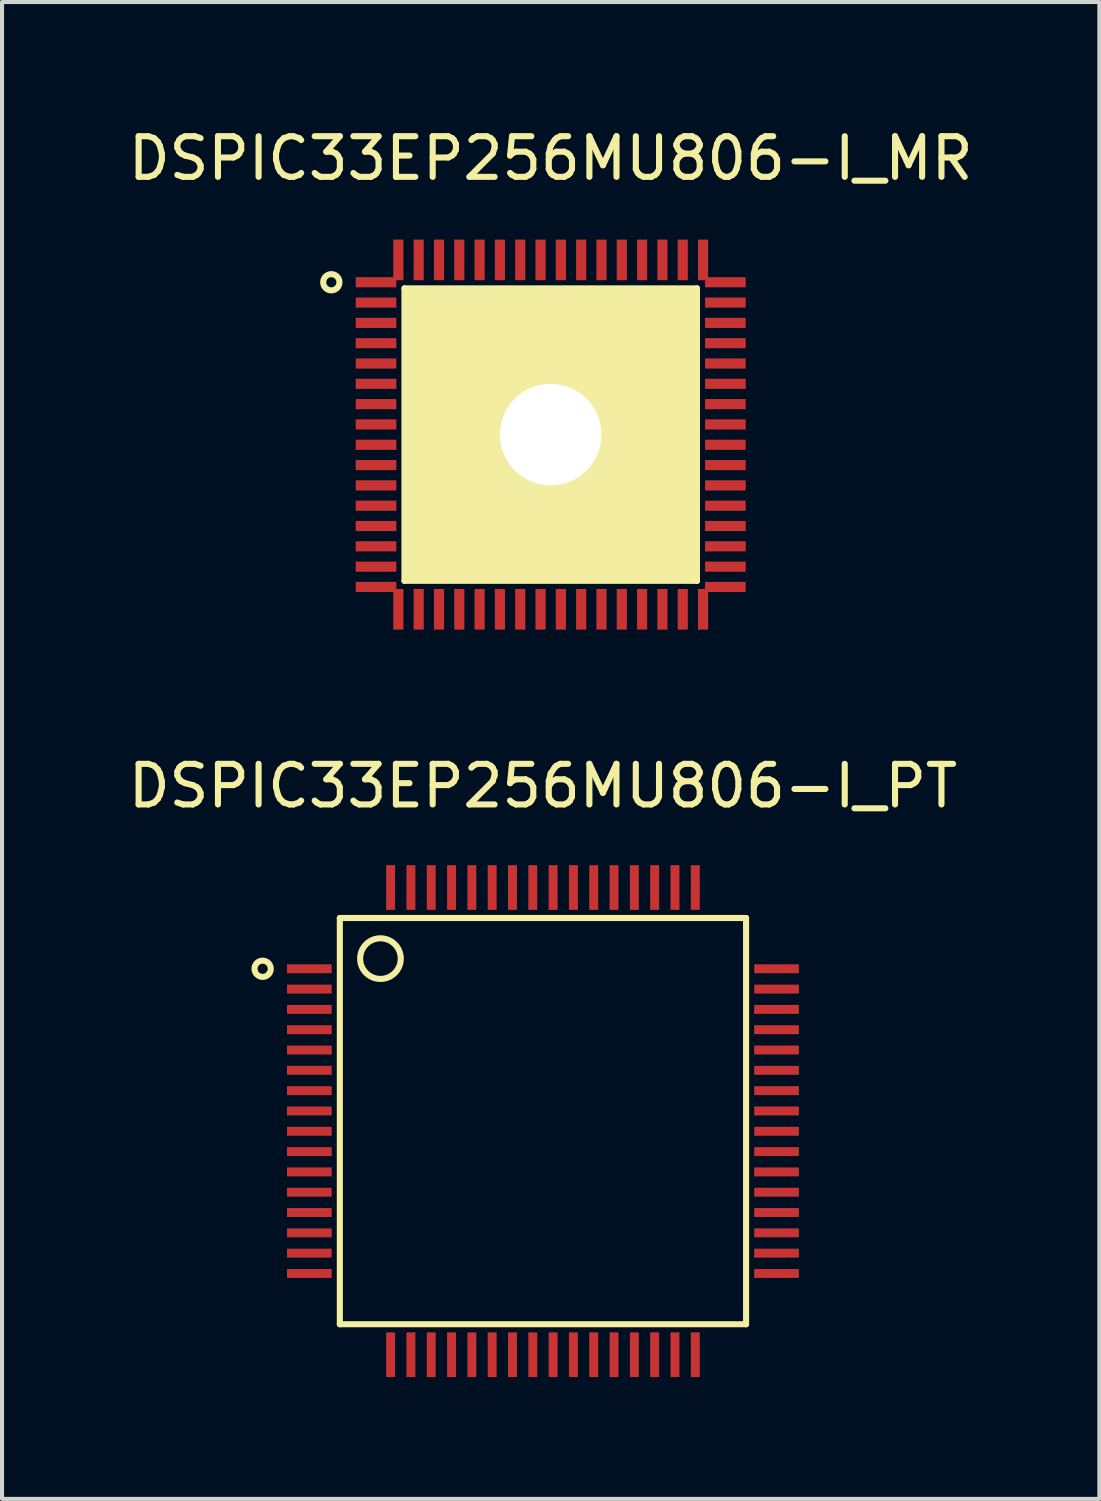
<source format=kicad_pcb>
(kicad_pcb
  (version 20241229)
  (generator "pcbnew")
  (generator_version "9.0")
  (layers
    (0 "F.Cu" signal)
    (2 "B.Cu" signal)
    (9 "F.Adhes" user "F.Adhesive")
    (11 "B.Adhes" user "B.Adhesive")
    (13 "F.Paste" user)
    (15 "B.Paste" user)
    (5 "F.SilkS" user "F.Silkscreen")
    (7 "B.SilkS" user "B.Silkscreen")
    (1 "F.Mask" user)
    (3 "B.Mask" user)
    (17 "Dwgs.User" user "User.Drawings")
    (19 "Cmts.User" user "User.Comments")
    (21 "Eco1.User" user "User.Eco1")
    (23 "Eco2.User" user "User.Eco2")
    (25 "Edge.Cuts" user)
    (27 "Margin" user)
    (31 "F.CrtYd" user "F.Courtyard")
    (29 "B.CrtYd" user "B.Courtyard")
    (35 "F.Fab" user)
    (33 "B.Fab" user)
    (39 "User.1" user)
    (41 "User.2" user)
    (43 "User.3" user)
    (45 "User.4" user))
  (footprint "DSPIC33EP256MU806-I_PT"
    (layer "F.Cu")
    (at 4.565 18.797)
    (property "Reference" "DSPIC33EP256MU806-I_PT" (at 5.75 -2.5 0) (layer "F.SilkS") (effects (font (size 1 1) (thickness 0.15))))
    (attr through_hole)
    (fp_line (start 0.75 0.75) (end 0.75 10.75) (stroke (width 0.15) (type solid)) (layer "F.SilkS"))
    (fp_line (start 0.75 0.75) (end 10.75 0.75) (stroke (width 0.15) (type solid)) (layer "F.SilkS"))
    (fp_line (start 0.75 10.75) (end 10.75 10.75) (stroke (width 0.15) (type solid)) (layer "F.SilkS"))
    (fp_line (start 10.75 10.75) (end 10.75 0.75) (stroke (width 0.15) (type solid)) (layer "F.SilkS"))
    (fp_circle (center -1.15 2) (end -1.15 1.8) (stroke (width 0.15) (type solid)) (fill no) (layer "F.SilkS"))
    (fp_circle (center 1.75 1.75) (end 1.75 1.25) (stroke (width 0.15) (type solid)) (fill no) (layer "F.SilkS"))
    (pad "1" smd rect (at 0 2) (size 1.1 0.22) (layers "F.Cu" "F.Mask" "F.Paste"))
    (pad "2" smd rect (at 0 2.5) (size 1.1 0.22) (layers "F.Cu" "F.Mask" "F.Paste"))
    (pad "3" smd rect (at 0 3) (size 1.1 0.22) (layers "F.Cu" "F.Mask" "F.Paste"))
    (pad "4" smd rect (at 0 3.5) (size 1.1 0.22) (layers "F.Cu" "F.Mask" "F.Paste"))
    (pad "5" smd rect (at 0 4) (size 1.1 0.22) (layers "F.Cu" "F.Mask" "F.Paste"))
    (pad "6" smd rect (at 0 4.5) (size 1.1 0.22) (layers "F.Cu" "F.Mask" "F.Paste"))
    (pad "7" smd rect (at 0 5) (size 1.1 0.22) (layers "F.Cu" "F.Mask" "F.Paste"))
    (pad "8" smd rect (at 0 5.5) (size 1.1 0.22) (layers "F.Cu" "F.Mask" "F.Paste"))
    (pad "9" smd rect (at 0 6) (size 1.1 0.22) (layers "F.Cu" "F.Mask" "F.Paste"))
    (pad "10" smd rect (at 0 6.5) (size 1.1 0.22) (layers "F.Cu" "F.Mask" "F.Paste"))
    (pad "11" smd rect (at 0 7) (size 1.1 0.22) (layers "F.Cu" "F.Mask" "F.Paste"))
    (pad "12" smd rect (at 0 7.5) (size 1.1 0.22) (layers "F.Cu" "F.Mask" "F.Paste"))
    (pad "13" smd rect (at 0 8) (size 1.1 0.22) (layers "F.Cu" "F.Mask" "F.Paste"))
    (pad "14" smd rect (at 0 8.5) (size 1.1 0.22) (layers "F.Cu" "F.Mask" "F.Paste"))
    (pad "15" smd rect (at 0 9) (size 1.1 0.22) (layers "F.Cu" "F.Mask" "F.Paste"))
    (pad "16" smd rect (at 0 9.5) (size 1.1 0.22) (layers "F.Cu" "F.Mask" "F.Paste"))
    (pad "17" smd rect (at 2 11.5) (size 0.22 1.1) (layers "F.Cu" "F.Mask" "F.Paste"))
    (pad "18" smd rect (at 2.5 11.5) (size 0.22 1.1) (layers "F.Cu" "F.Mask" "F.Paste"))
    (pad "19" smd rect (at 3 11.5) (size 0.22 1.1) (layers "F.Cu" "F.Mask" "F.Paste"))
    (pad "20" smd rect (at 3.5 11.5) (size 0.22 1.1) (layers "F.Cu" "F.Mask" "F.Paste"))
    (pad "21" smd rect (at 4 11.5) (size 0.22 1.1) (layers "F.Cu" "F.Mask" "F.Paste"))
    (pad "22" smd rect (at 4.5 11.5) (size 0.22 1.1) (layers "F.Cu" "F.Mask" "F.Paste"))
    (pad "23" smd rect (at 5 11.5) (size 0.22 1.1) (layers "F.Cu" "F.Mask" "F.Paste"))
    (pad "24" smd rect (at 5.5 11.5) (size 0.22 1.1) (layers "F.Cu" "F.Mask" "F.Paste"))
    (pad "25" smd rect (at 6 11.5) (size 0.22 1.1) (layers "F.Cu" "F.Mask" "F.Paste"))
    (pad "26" smd rect (at 6.5 11.5) (size 0.22 1.1) (layers "F.Cu" "F.Mask" "F.Paste"))
    (pad "27" smd rect (at 7 11.5) (size 0.22 1.1) (layers "F.Cu" "F.Mask" "F.Paste"))
    (pad "28" smd rect (at 7.5 11.5) (size 0.22 1.1) (layers "F.Cu" "F.Mask" "F.Paste"))
    (pad "29" smd rect (at 8 11.5) (size 0.22 1.1) (layers "F.Cu" "F.Mask" "F.Paste"))
    (pad "30" smd rect (at 8.5 11.5) (size 0.22 1.1) (layers "F.Cu" "F.Mask" "F.Paste"))
    (pad "31" smd rect (at 9 11.5) (size 0.22 1.1) (layers "F.Cu" "F.Mask" "F.Paste"))
    (pad "32" smd rect (at 9.5 11.5) (size 0.22 1.1) (layers "F.Cu" "F.Mask" "F.Paste"))
    (pad "33" smd rect (at 11.5 9.5) (size 1.1 0.22) (layers "F.Cu" "F.Mask" "F.Paste"))
    (pad "34" smd rect (at 11.5 9) (size 1.1 0.22) (layers "F.Cu" "F.Mask" "F.Paste"))
    (pad "35" smd rect (at 11.5 8.5) (size 1.1 0.22) (layers "F.Cu" "F.Mask" "F.Paste"))
    (pad "36" smd rect (at 11.5 8) (size 1.1 0.22) (layers "F.Cu" "F.Mask" "F.Paste"))
    (pad "37" smd rect (at 11.5 7.5) (size 1.1 0.22) (layers "F.Cu" "F.Mask" "F.Paste"))
    (pad "38" smd rect (at 11.5 7) (size 1.1 0.22) (layers "F.Cu" "F.Mask" "F.Paste"))
    (pad "39" smd rect (at 11.5 6.5) (size 1.1 0.22) (layers "F.Cu" "F.Mask" "F.Paste"))
    (pad "40" smd rect (at 11.5 6) (size 1.1 0.22) (layers "F.Cu" "F.Mask" "F.Paste"))
    (pad "41" smd rect (at 11.5 5.5) (size 1.1 0.22) (layers "F.Cu" "F.Mask" "F.Paste"))
    (pad "42" smd rect (at 11.5 5) (size 1.1 0.22) (layers "F.Cu" "F.Mask" "F.Paste"))
    (pad "43" smd rect (at 11.5 4.5) (size 1.1 0.22) (layers "F.Cu" "F.Mask" "F.Paste"))
    (pad "44" smd rect (at 11.5 4) (size 1.1 0.22) (layers "F.Cu" "F.Mask" "F.Paste"))
    (pad "45" smd rect (at 11.5 3.5) (size 1.1 0.22) (layers "F.Cu" "F.Mask" "F.Paste"))
    (pad "46" smd rect (at 11.5 3) (size 1.1 0.22) (layers "F.Cu" "F.Mask" "F.Paste"))
    (pad "47" smd rect (at 11.5 2.5) (size 1.1 0.22) (layers "F.Cu" "F.Mask" "F.Paste"))
    (pad "48" smd rect (at 11.5 2) (size 1.1 0.22) (layers "F.Cu" "F.Mask" "F.Paste"))
    (pad "49" smd rect (at 9.5 0) (size 0.22 1.1) (layers "F.Cu" "F.Mask" "F.Paste"))
    (pad "50" smd rect (at 9 0) (size 0.22 1.1) (layers "F.Cu" "F.Mask" "F.Paste"))
    (pad "51" smd rect (at 8.5 0) (size 0.22 1.1) (layers "F.Cu" "F.Mask" "F.Paste"))
    (pad "52" smd rect (at 8 0) (size 0.22 1.1) (layers "F.Cu" "F.Mask" "F.Paste"))
    (pad "53" smd rect (at 7.5 0) (size 0.22 1.1) (layers "F.Cu" "F.Mask" "F.Paste"))
    (pad "54" smd rect (at 7 0) (size 0.22 1.1) (layers "F.Cu" "F.Mask" "F.Paste"))
    (pad "55" smd rect (at 6.5 0) (size 0.22 1.1) (layers "F.Cu" "F.Mask" "F.Paste"))
    (pad "56" smd rect (at 6 0) (size 0.22 1.1) (layers "F.Cu" "F.Mask" "F.Paste"))
    (pad "57" smd rect (at 5.5 0) (size 0.22 1.1) (layers "F.Cu" "F.Mask" "F.Paste"))
    (pad "58" smd rect (at 5 0) (size 0.22 1.1) (layers "F.Cu" "F.Mask" "F.Paste"))
    (pad "59" smd rect (at 4.5 0) (size 0.22 1.1) (layers "F.Cu" "F.Mask" "F.Paste"))
    (pad "60" smd rect (at 4 0) (size 0.22 1.1) (layers "F.Cu" "F.Mask" "F.Paste"))
    (pad "61" smd rect (at 3.5 0) (size 0.22 1.1) (layers "F.Cu" "F.Mask" "F.Paste"))
    (pad "62" smd rect (at 3 0) (size 0.22 1.1) (layers "F.Cu" "F.Mask" "F.Paste"))
    (pad "63" smd rect (at 2.5 0) (size 0.22 1.1) (layers "F.Cu" "F.Mask" "F.Paste"))
    (pad "64" smd rect (at 2 0) (size 0.22 1.1) (layers "F.Cu" "F.Mask" "F.Paste")))
  (footprint "DSPIC33EP256MU806-I_MR"
    (layer "F.Cu")
    (at 6.206 3.348)
    (property "Reference" "DSPIC33EP256MU806-I_MR" (at 4.3 -2.5 0) (layer "F.SilkS") (effects (font (size 1 1) (thickness 0.15))))
    (attr through_hole)
    (fp_line (start 0.7 0.7) (end 0.7 7.9) (stroke (width 0.15) (type solid)) (layer "F.SilkS"))
    (fp_line (start 0.7 0.7) (end 7.9 0.7) (stroke (width 0.15) (type solid)) (layer "F.SilkS"))
    (fp_line (start 0.7 7.9) (end 7.9 7.9) (stroke (width 0.15) (type solid)) (layer "F.SilkS"))
    (fp_line (start 7.9 7.9) (end 7.9 0.7) (stroke (width 0.15) (type solid)) (layer "F.SilkS"))
    (fp_circle (center -1.1 0.55) (end -1.1 0.35) (stroke (width 0.15) (type solid)) (fill no) (layer "F.SilkS"))
    (fp_circle (center 1.7 1.7) (end 1.7 1.2) (stroke (width 0.15) (type solid)) (fill no) (layer "F.SilkS"))
    (pad "1" smd rect (at 0 0.55) (size 1 0.25) (layers "F.Cu" "F.Mask" "F.Paste"))
    (pad "2" smd rect (at 0 1.05) (size 1 0.25) (layers "F.Cu" "F.Mask" "F.Paste"))
    (pad "3" smd rect (at 0 1.55) (size 1 0.25) (layers "F.Cu" "F.Mask" "F.Paste"))
    (pad "4" smd rect (at 0 2.05) (size 1 0.25) (layers "F.Cu" "F.Mask" "F.Paste"))
    (pad "5" smd rect (at 0 2.55) (size 1 0.25) (layers "F.Cu" "F.Mask" "F.Paste"))
    (pad "6" smd rect (at 0 3.05) (size 1 0.25) (layers "F.Cu" "F.Mask" "F.Paste"))
    (pad "7" smd rect (at 0 3.55) (size 1 0.25) (layers "F.Cu" "F.Mask" "F.Paste"))
    (pad "8" smd rect (at 0 4.05) (size 1 0.25) (layers "F.Cu" "F.Mask" "F.Paste"))
    (pad "9" smd rect (at 0 4.55) (size 1 0.25) (layers "F.Cu" "F.Mask" "F.Paste"))
    (pad "10" smd rect (at 0 5.05) (size 1 0.25) (layers "F.Cu" "F.Mask" "F.Paste"))
    (pad "11" smd rect (at 0 5.55) (size 1 0.25) (layers "F.Cu" "F.Mask" "F.Paste"))
    (pad "12" smd rect (at 0 6.05) (size 1 0.25) (layers "F.Cu" "F.Mask" "F.Paste"))
    (pad "13" smd rect (at 0 6.55) (size 1 0.25) (layers "F.Cu" "F.Mask" "F.Paste"))
    (pad "14" smd rect (at 0 7.05) (size 1 0.25) (layers "F.Cu" "F.Mask" "F.Paste"))
    (pad "15" smd rect (at 0 7.55) (size 1 0.25) (layers "F.Cu" "F.Mask" "F.Paste"))
    (pad "16" smd rect (at 0 8.05) (size 1 0.25) (layers "F.Cu" "F.Mask" "F.Paste"))
    (pad "17" smd rect (at 0.55 8.6) (size 0.25 1) (layers "F.Cu" "F.Mask" "F.Paste"))
    (pad "18" smd rect (at 1.05 8.6) (size 0.25 1) (layers "F.Cu" "F.Mask" "F.Paste"))
    (pad "19" smd rect (at 1.55 8.6) (size 0.25 1) (layers "F.Cu" "F.Mask" "F.Paste"))
    (pad "20" smd rect (at 2.05 8.6) (size 0.25 1) (layers "F.Cu" "F.Mask" "F.Paste"))
    (pad "21" smd rect (at 2.55 8.6) (size 0.25 1) (layers "F.Cu" "F.Mask" "F.Paste"))
    (pad "22" smd rect (at 3.05 8.6) (size 0.25 1) (layers "F.Cu" "F.Mask" "F.Paste"))
    (pad "23" smd rect (at 3.55 8.6) (size 0.25 1) (layers "F.Cu" "F.Mask" "F.Paste"))
    (pad "24" smd rect (at 4.05 8.6) (size 0.25 1) (layers "F.Cu" "F.Mask" "F.Paste"))
    (pad "25" smd rect (at 4.55 8.6) (size 0.25 1) (layers "F.Cu" "F.Mask" "F.Paste"))
    (pad "26" smd rect (at 5.05 8.6) (size 0.25 1) (layers "F.Cu" "F.Mask" "F.Paste"))
    (pad "27" smd rect (at 5.55 8.6) (size 0.25 1) (layers "F.Cu" "F.Mask" "F.Paste"))
    (pad "28" smd rect (at 6.05 8.6) (size 0.25 1) (layers "F.Cu" "F.Mask" "F.Paste"))
    (pad "29" smd rect (at 6.55 8.6) (size 0.25 1) (layers "F.Cu" "F.Mask" "F.Paste"))
    (pad "30" smd rect (at 7.05 8.6) (size 0.25 1) (layers "F.Cu" "F.Mask" "F.Paste"))
    (pad "31" smd rect (at 7.55 8.6) (size 0.25 1) (layers "F.Cu" "F.Mask" "F.Paste"))
    (pad "32" smd rect (at 8.05 8.6) (size 0.25 1) (layers "F.Cu" "F.Mask" "F.Paste"))
    (pad "33" smd rect (at 8.6 8.05) (size 1 0.25) (layers "F.Cu" "F.Mask" "F.Paste"))
    (pad "34" smd rect (at 8.6 7.55) (size 1 0.25) (layers "F.Cu" "F.Mask" "F.Paste"))
    (pad "35" smd rect (at 8.6 7.05) (size 1 0.25) (layers "F.Cu" "F.Mask" "F.Paste"))
    (pad "36" smd rect (at 8.6 6.55) (size 1 0.25) (layers "F.Cu" "F.Mask" "F.Paste"))
    (pad "37" smd rect (at 8.6 6.05) (size 1 0.25) (layers "F.Cu" "F.Mask" "F.Paste"))
    (pad "38" smd rect (at 8.6 5.55) (size 1 0.25) (layers "F.Cu" "F.Mask" "F.Paste"))
    (pad "39" smd rect (at 8.6 5.05) (size 1 0.25) (layers "F.Cu" "F.Mask" "F.Paste"))
    (pad "40" smd rect (at 8.6 4.55) (size 1 0.25) (layers "F.Cu" "F.Mask" "F.Paste"))
    (pad "41" smd rect (at 8.6 4.05) (size 1 0.25) (layers "F.Cu" "F.Mask" "F.Paste"))
    (pad "42" smd rect (at 8.6 3.55) (size 1 0.25) (layers "F.Cu" "F.Mask" "F.Paste"))
    (pad "43" smd rect (at 8.6 3.05) (size 1 0.25) (layers "F.Cu" "F.Mask" "F.Paste"))
    (pad "44" smd rect (at 8.6 2.55) (size 1 0.25) (layers "F.Cu" "F.Mask" "F.Paste"))
    (pad "45" smd rect (at 8.6 2.05) (size 1 0.25) (layers "F.Cu" "F.Mask" "F.Paste"))
    (pad "46" smd rect (at 8.6 1.55) (size 1 0.25) (layers "F.Cu" "F.Mask" "F.Paste"))
    (pad "47" smd rect (at 8.6 1.05) (size 1 0.25) (layers "F.Cu" "F.Mask" "F.Paste"))
    (pad "48" smd rect (at 8.6 0.55) (size 1 0.25) (layers "F.Cu" "F.Mask" "F.Paste"))
    (pad "49" smd rect (at 8.05 0) (size 0.25 1) (layers "F.Cu" "F.Mask" "F.Paste"))
    (pad "50" smd rect (at 7.55 0) (size 0.25 1) (layers "F.Cu" "F.Mask" "F.Paste"))
    (pad "51" smd rect (at 7.05 0) (size 0.25 1) (layers "F.Cu" "F.Mask" "F.Paste"))
    (pad "52" smd rect (at 6.55 0) (size 0.25 1) (layers "F.Cu" "F.Mask" "F.Paste"))
    (pad "53" smd rect (at 6.05 0) (size 0.25 1) (layers "F.Cu" "F.Mask" "F.Paste"))
    (pad "54" smd rect (at 5.55 0) (size 0.25 1) (layers "F.Cu" "F.Mask" "F.Paste"))
    (pad "55" smd rect (at 5.05 0) (size 0.25 1) (layers "F.Cu" "F.Mask" "F.Paste"))
    (pad "56" smd rect (at 4.55 0) (size 0.25 1) (layers "F.Cu" "F.Mask" "F.Paste"))
    (pad "57" smd rect (at 4.05 0) (size 0.25 1) (layers "F.Cu" "F.Mask" "F.Paste"))
    (pad "58" smd rect (at 3.55 0) (size 0.25 1) (layers "F.Cu" "F.Mask" "F.Paste"))
    (pad "59" smd rect (at 3.05 0) (size 0.25 1) (layers "F.Cu" "F.Mask" "F.Paste"))
    (pad "60" smd rect (at 2.55 0) (size 0.25 1) (layers "F.Cu" "F.Mask" "F.Paste"))
    (pad "61" smd rect (at 2.05 0) (size 0.25 1) (layers "F.Cu" "F.Mask" "F.Paste"))
    (pad "62" smd rect (at 1.55 0) (size 0.25 1) (layers "F.Cu" "F.Mask" "F.Paste"))
    (pad "63" smd rect (at 1.05 0) (size 0.25 1) (layers "F.Cu" "F.Mask" "F.Paste"))
    (pad "64" smd rect (at 0.55 0) (size 0.25 1) (layers "F.Cu" "F.Mask" "F.Paste"))
    (pad "999" thru_hole rect (at 4.3 4.3) (size 7.15 7.15) (drill 2.5) (layers "*.Cu" "*.Mask" "F.SilkS")))
  (gr_rect
    (start -3 -3)
    (end 24.012 33.846)
    (stroke (width 0.1) (type default))
    (fill no)
    (layer "Edge.Cuts")))
</source>
